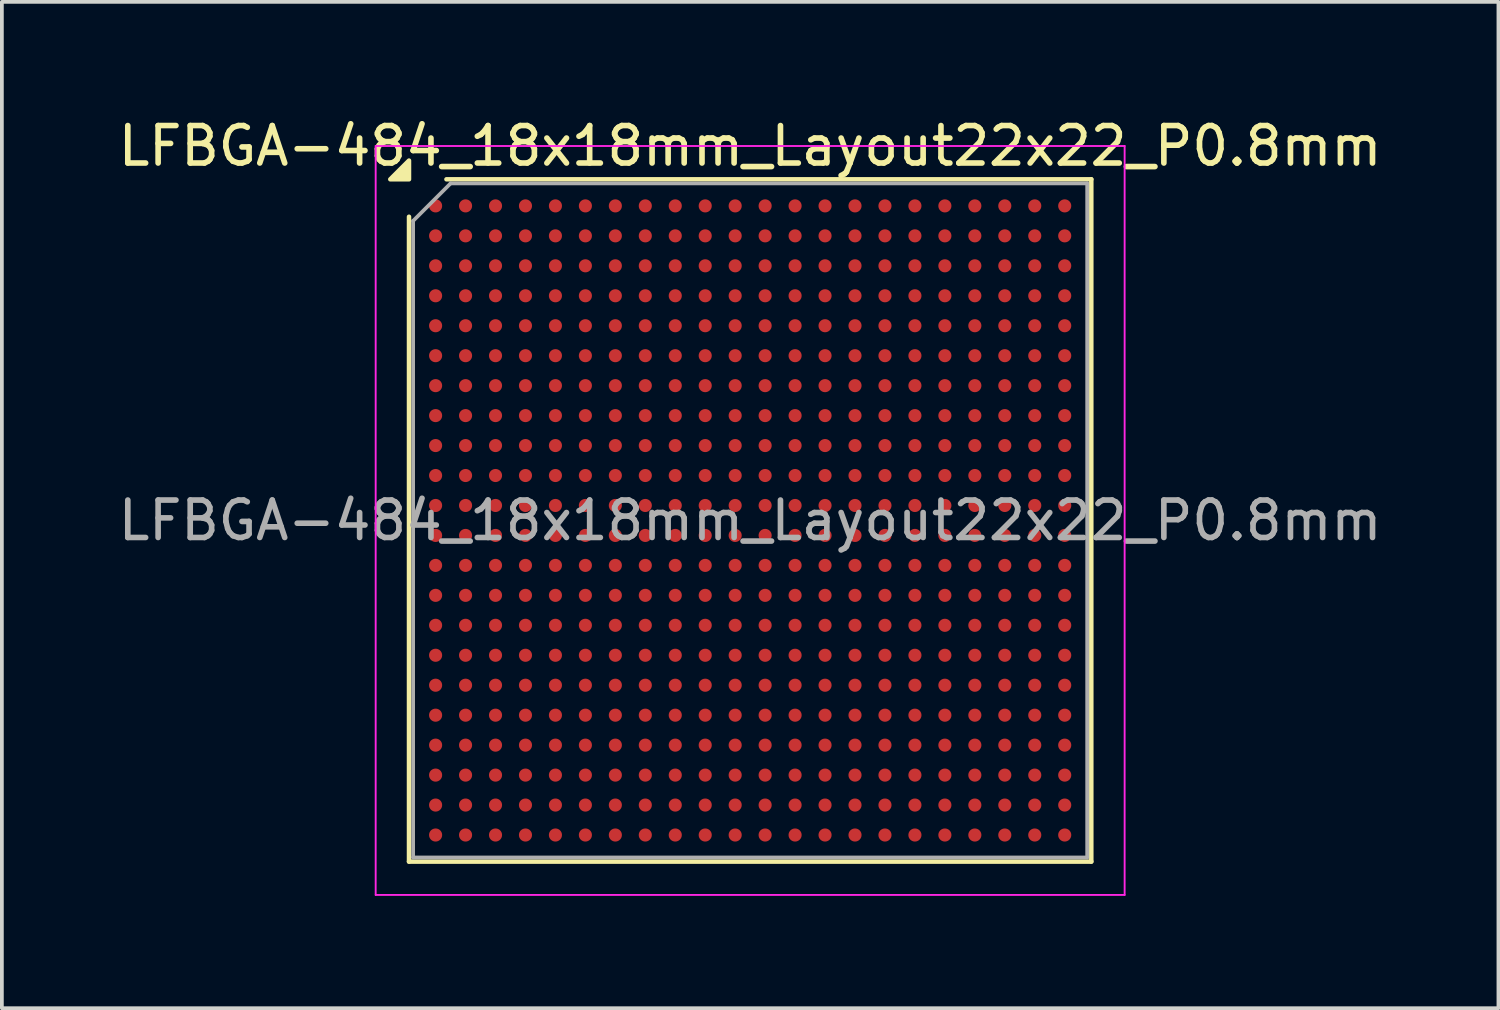
<source format=kicad_pcb>
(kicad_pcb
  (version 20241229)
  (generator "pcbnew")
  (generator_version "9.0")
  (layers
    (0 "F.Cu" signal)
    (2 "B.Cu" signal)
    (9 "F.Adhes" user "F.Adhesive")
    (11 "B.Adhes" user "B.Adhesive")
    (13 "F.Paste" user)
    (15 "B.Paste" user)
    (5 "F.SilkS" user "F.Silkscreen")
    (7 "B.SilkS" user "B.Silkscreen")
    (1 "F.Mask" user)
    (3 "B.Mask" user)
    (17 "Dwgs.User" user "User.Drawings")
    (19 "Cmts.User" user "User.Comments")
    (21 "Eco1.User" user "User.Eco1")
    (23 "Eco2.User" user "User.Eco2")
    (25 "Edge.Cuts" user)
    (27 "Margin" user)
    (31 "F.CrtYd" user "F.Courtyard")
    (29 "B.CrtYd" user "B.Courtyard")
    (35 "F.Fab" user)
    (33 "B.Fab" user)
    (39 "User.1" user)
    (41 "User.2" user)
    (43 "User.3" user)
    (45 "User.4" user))
  (footprint "LFBGA-484_18x18mm_Layout22x22_P0.8mm"
    (layer "F.Cu")
    (at 16.982 10.848)
    (property "Reference" "LFBGA-484_18x18mm_Layout22x22_P0.8mm" (at 0 -10 0) (layer "F.SilkS") (effects (font (size 1 1) (thickness 0.15))))
    (attr smd)
    (fp_line (start -9.11 9.11) (end -9.11 -8.11) (stroke (width 0.12) (type solid)) (layer "F.SilkS"))
    (fp_line (start -8.11 -9.11) (end 9.11 -9.11) (stroke (width 0.12) (type solid)) (layer "F.SilkS"))
    (fp_line (start 9.11 -9.11) (end 9.11 9.11) (stroke (width 0.12) (type solid)) (layer "F.SilkS"))
    (fp_line (start 9.11 9.11) (end -9.11 9.11) (stroke (width 0.12) (type solid)) (layer "F.SilkS"))
    (fp_poly (pts (xy -9.11 -9.11) (xy -9.61 -9.11) (xy -9.11 -9.61)) (stroke (width 0.12) (type solid)) (fill yes) (layer "F.SilkS"))
    (fp_line (start -10 -10) (end -10 10) (stroke (width 0.05) (type solid)) (layer "F.CrtYd"))
    (fp_line (start -10 10) (end 10 10) (stroke (width 0.05) (type solid)) (layer "F.CrtYd"))
    (fp_line (start 10 -10) (end -10 -10) (stroke (width 0.05) (type solid)) (layer "F.CrtYd"))
    (fp_line (start 10 10) (end 10 -10) (stroke (width 0.05) (type solid)) (layer "F.CrtYd"))
    (fp_line (start -9 -8) (end -8 -9) (stroke (width 0.1) (type solid)) (layer "F.Fab"))
    (fp_line (start -9 9) (end -9 -8) (stroke (width 0.1) (type solid)) (layer "F.Fab"))
    (fp_line (start -8 -9) (end 9 -9) (stroke (width 0.1) (type solid)) (layer "F.Fab"))
    (fp_line (start 9 -9) (end 9 9) (stroke (width 0.1) (type solid)) (layer "F.Fab"))
    (fp_line (start 9 9) (end -9 9) (stroke (width 0.1) (type solid)) (layer "F.Fab"))
    (fp_text user "${REFERENCE}" (at 0 0 0) (layer "F.Fab") (effects (font (size 1 1) (thickness 0.15))))
    (pad "A1" smd circle (at -8.4 -8.4) (size 0.35 0.35) (property pad_prop_bga) (layers "F.Cu" "F.Mask" "F.Paste"))
    (pad "A2" smd circle (at -7.6 -8.4) (size 0.35 0.35) (property pad_prop_bga) (layers "F.Cu" "F.Mask" "F.Paste"))
    (pad "A3" smd circle (at -6.8 -8.4) (size 0.35 0.35) (property pad_prop_bga) (layers "F.Cu" "F.Mask" "F.Paste"))
    (pad "A4" smd circle (at -6 -8.4) (size 0.35 0.35) (property pad_prop_bga) (layers "F.Cu" "F.Mask" "F.Paste"))
    (pad "A5" smd circle (at -5.2 -8.4) (size 0.35 0.35) (property pad_prop_bga) (layers "F.Cu" "F.Mask" "F.Paste"))
    (pad "A6" smd circle (at -4.4 -8.4) (size 0.35 0.35) (property pad_prop_bga) (layers "F.Cu" "F.Mask" "F.Paste"))
    (pad "A7" smd circle (at -3.6 -8.4) (size 0.35 0.35) (property pad_prop_bga) (layers "F.Cu" "F.Mask" "F.Paste"))
    (pad "A8" smd circle (at -2.8 -8.4) (size 0.35 0.35) (property pad_prop_bga) (layers "F.Cu" "F.Mask" "F.Paste"))
    (pad "A9" smd circle (at -2 -8.4) (size 0.35 0.35) (property pad_prop_bga) (layers "F.Cu" "F.Mask" "F.Paste"))
    (pad "A10" smd circle (at -1.2 -8.4) (size 0.35 0.35) (property pad_prop_bga) (layers "F.Cu" "F.Mask" "F.Paste"))
    (pad "A11" smd circle (at -0.4 -8.4) (size 0.35 0.35) (property pad_prop_bga) (layers "F.Cu" "F.Mask" "F.Paste"))
    (pad "A12" smd circle (at 0.4 -8.4) (size 0.35 0.35) (property pad_prop_bga) (layers "F.Cu" "F.Mask" "F.Paste"))
    (pad "A13" smd circle (at 1.2 -8.4) (size 0.35 0.35) (property pad_prop_bga) (layers "F.Cu" "F.Mask" "F.Paste"))
    (pad "A14" smd circle (at 2 -8.4) (size 0.35 0.35) (property pad_prop_bga) (layers "F.Cu" "F.Mask" "F.Paste"))
    (pad "A15" smd circle (at 2.8 -8.4) (size 0.35 0.35) (property pad_prop_bga) (layers "F.Cu" "F.Mask" "F.Paste"))
    (pad "A16" smd circle (at 3.6 -8.4) (size 0.35 0.35) (property pad_prop_bga) (layers "F.Cu" "F.Mask" "F.Paste"))
    (pad "A17" smd circle (at 4.4 -8.4) (size 0.35 0.35) (property pad_prop_bga) (layers "F.Cu" "F.Mask" "F.Paste"))
    (pad "A18" smd circle (at 5.2 -8.4) (size 0.35 0.35) (property pad_prop_bga) (layers "F.Cu" "F.Mask" "F.Paste"))
    (pad "A19" smd circle (at 6 -8.4) (size 0.35 0.35) (property pad_prop_bga) (layers "F.Cu" "F.Mask" "F.Paste"))
    (pad "A20" smd circle (at 6.8 -8.4) (size 0.35 0.35) (property pad_prop_bga) (layers "F.Cu" "F.Mask" "F.Paste"))
    (pad "A21" smd circle (at 7.6 -8.4) (size 0.35 0.35) (property pad_prop_bga) (layers "F.Cu" "F.Mask" "F.Paste"))
    (pad "A22" smd circle (at 8.4 -8.4) (size 0.35 0.35) (property pad_prop_bga) (layers "F.Cu" "F.Mask" "F.Paste"))
    (pad "AA1" smd circle (at -8.4 7.6) (size 0.35 0.35) (property pad_prop_bga) (layers "F.Cu" "F.Mask" "F.Paste"))
    (pad "AA2" smd circle (at -7.6 7.6) (size 0.35 0.35) (property pad_prop_bga) (layers "F.Cu" "F.Mask" "F.Paste"))
    (pad "AA3" smd circle (at -6.8 7.6) (size 0.35 0.35) (property pad_prop_bga) (layers "F.Cu" "F.Mask" "F.Paste"))
    (pad "AA4" smd circle (at -6 7.6) (size 0.35 0.35) (property pad_prop_bga) (layers "F.Cu" "F.Mask" "F.Paste"))
    (pad "AA5" smd circle (at -5.2 7.6) (size 0.35 0.35) (property pad_prop_bga) (layers "F.Cu" "F.Mask" "F.Paste"))
    (pad "AA6" smd circle (at -4.4 7.6) (size 0.35 0.35) (property pad_prop_bga) (layers "F.Cu" "F.Mask" "F.Paste"))
    (pad "AA7" smd circle (at -3.6 7.6) (size 0.35 0.35) (property pad_prop_bga) (layers "F.Cu" "F.Mask" "F.Paste"))
    (pad "AA8" smd circle (at -2.8 7.6) (size 0.35 0.35) (property pad_prop_bga) (layers "F.Cu" "F.Mask" "F.Paste"))
    (pad "AA9" smd circle (at -2 7.6) (size 0.35 0.35) (property pad_prop_bga) (layers "F.Cu" "F.Mask" "F.Paste"))
    (pad "AA10" smd circle (at -1.2 7.6) (size 0.35 0.35) (property pad_prop_bga) (layers "F.Cu" "F.Mask" "F.Paste"))
    (pad "AA11" smd circle (at -0.4 7.6) (size 0.35 0.35) (property pad_prop_bga) (layers "F.Cu" "F.Mask" "F.Paste"))
    (pad "AA12" smd circle (at 0.4 7.6) (size 0.35 0.35) (property pad_prop_bga) (layers "F.Cu" "F.Mask" "F.Paste"))
    (pad "AA13" smd circle (at 1.2 7.6) (size 0.35 0.35) (property pad_prop_bga) (layers "F.Cu" "F.Mask" "F.Paste"))
    (pad "AA14" smd circle (at 2 7.6) (size 0.35 0.35) (property pad_prop_bga) (layers "F.Cu" "F.Mask" "F.Paste"))
    (pad "AA15" smd circle (at 2.8 7.6) (size 0.35 0.35) (property pad_prop_bga) (layers "F.Cu" "F.Mask" "F.Paste"))
    (pad "AA16" smd circle (at 3.6 7.6) (size 0.35 0.35) (property pad_prop_bga) (layers "F.Cu" "F.Mask" "F.Paste"))
    (pad "AA17" smd circle (at 4.4 7.6) (size 0.35 0.35) (property pad_prop_bga) (layers "F.Cu" "F.Mask" "F.Paste"))
    (pad "AA18" smd circle (at 5.2 7.6) (size 0.35 0.35) (property pad_prop_bga) (layers "F.Cu" "F.Mask" "F.Paste"))
    (pad "AA19" smd circle (at 6 7.6) (size 0.35 0.35) (property pad_prop_bga) (layers "F.Cu" "F.Mask" "F.Paste"))
    (pad "AA20" smd circle (at 6.8 7.6) (size 0.35 0.35) (property pad_prop_bga) (layers "F.Cu" "F.Mask" "F.Paste"))
    (pad "AA21" smd circle (at 7.6 7.6) (size 0.35 0.35) (property pad_prop_bga) (layers "F.Cu" "F.Mask" "F.Paste"))
    (pad "AA22" smd circle (at 8.4 7.6) (size 0.35 0.35) (property pad_prop_bga) (layers "F.Cu" "F.Mask" "F.Paste"))
    (pad "AB1" smd circle (at -8.4 8.4) (size 0.35 0.35) (property pad_prop_bga) (layers "F.Cu" "F.Mask" "F.Paste"))
    (pad "AB2" smd circle (at -7.6 8.4) (size 0.35 0.35) (property pad_prop_bga) (layers "F.Cu" "F.Mask" "F.Paste"))
    (pad "AB3" smd circle (at -6.8 8.4) (size 0.35 0.35) (property pad_prop_bga) (layers "F.Cu" "F.Mask" "F.Paste"))
    (pad "AB4" smd circle (at -6 8.4) (size 0.35 0.35) (property pad_prop_bga) (layers "F.Cu" "F.Mask" "F.Paste"))
    (pad "AB5" smd circle (at -5.2 8.4) (size 0.35 0.35) (property pad_prop_bga) (layers "F.Cu" "F.Mask" "F.Paste"))
    (pad "AB6" smd circle (at -4.4 8.4) (size 0.35 0.35) (property pad_prop_bga) (layers "F.Cu" "F.Mask" "F.Paste"))
    (pad "AB7" smd circle (at -3.6 8.4) (size 0.35 0.35) (property pad_prop_bga) (layers "F.Cu" "F.Mask" "F.Paste"))
    (pad "AB8" smd circle (at -2.8 8.4) (size 0.35 0.35) (property pad_prop_bga) (layers "F.Cu" "F.Mask" "F.Paste"))
    (pad "AB9" smd circle (at -2 8.4) (size 0.35 0.35) (property pad_prop_bga) (layers "F.Cu" "F.Mask" "F.Paste"))
    (pad "AB10" smd circle (at -1.2 8.4) (size 0.35 0.35) (property pad_prop_bga) (layers "F.Cu" "F.Mask" "F.Paste"))
    (pad "AB11" smd circle (at -0.4 8.4) (size 0.35 0.35) (property pad_prop_bga) (layers "F.Cu" "F.Mask" "F.Paste"))
    (pad "AB12" smd circle (at 0.4 8.4) (size 0.35 0.35) (property pad_prop_bga) (layers "F.Cu" "F.Mask" "F.Paste"))
    (pad "AB13" smd circle (at 1.2 8.4) (size 0.35 0.35) (property pad_prop_bga) (layers "F.Cu" "F.Mask" "F.Paste"))
    (pad "AB14" smd circle (at 2 8.4) (size 0.35 0.35) (property pad_prop_bga) (layers "F.Cu" "F.Mask" "F.Paste"))
    (pad "AB15" smd circle (at 2.8 8.4) (size 0.35 0.35) (property pad_prop_bga) (layers "F.Cu" "F.Mask" "F.Paste"))
    (pad "AB16" smd circle (at 3.6 8.4) (size 0.35 0.35) (property pad_prop_bga) (layers "F.Cu" "F.Mask" "F.Paste"))
    (pad "AB17" smd circle (at 4.4 8.4) (size 0.35 0.35) (property pad_prop_bga) (layers "F.Cu" "F.Mask" "F.Paste"))
    (pad "AB18" smd circle (at 5.2 8.4) (size 0.35 0.35) (property pad_prop_bga) (layers "F.Cu" "F.Mask" "F.Paste"))
    (pad "AB19" smd circle (at 6 8.4) (size 0.35 0.35) (property pad_prop_bga) (layers "F.Cu" "F.Mask" "F.Paste"))
    (pad "AB20" smd circle (at 6.8 8.4) (size 0.35 0.35) (property pad_prop_bga) (layers "F.Cu" "F.Mask" "F.Paste"))
    (pad "AB21" smd circle (at 7.6 8.4) (size 0.35 0.35) (property pad_prop_bga) (layers "F.Cu" "F.Mask" "F.Paste"))
    (pad "AB22" smd circle (at 8.4 8.4) (size 0.35 0.35) (property pad_prop_bga) (layers "F.Cu" "F.Mask" "F.Paste"))
    (pad "B1" smd circle (at -8.4 -7.6) (size 0.35 0.35) (property pad_prop_bga) (layers "F.Cu" "F.Mask" "F.Paste"))
    (pad "B2" smd circle (at -7.6 -7.6) (size 0.35 0.35) (property pad_prop_bga) (layers "F.Cu" "F.Mask" "F.Paste"))
    (pad "B3" smd circle (at -6.8 -7.6) (size 0.35 0.35) (property pad_prop_bga) (layers "F.Cu" "F.Mask" "F.Paste"))
    (pad "B4" smd circle (at -6 -7.6) (size 0.35 0.35) (property pad_prop_bga) (layers "F.Cu" "F.Mask" "F.Paste"))
    (pad "B5" smd circle (at -5.2 -7.6) (size 0.35 0.35) (property pad_prop_bga) (layers "F.Cu" "F.Mask" "F.Paste"))
    (pad "B6" smd circle (at -4.4 -7.6) (size 0.35 0.35) (property pad_prop_bga) (layers "F.Cu" "F.Mask" "F.Paste"))
    (pad "B7" smd circle (at -3.6 -7.6) (size 0.35 0.35) (property pad_prop_bga) (layers "F.Cu" "F.Mask" "F.Paste"))
    (pad "B8" smd circle (at -2.8 -7.6) (size 0.35 0.35) (property pad_prop_bga) (layers "F.Cu" "F.Mask" "F.Paste"))
    (pad "B9" smd circle (at -2 -7.6) (size 0.35 0.35) (property pad_prop_bga) (layers "F.Cu" "F.Mask" "F.Paste"))
    (pad "B10" smd circle (at -1.2 -7.6) (size 0.35 0.35) (property pad_prop_bga) (layers "F.Cu" "F.Mask" "F.Paste"))
    (pad "B11" smd circle (at -0.4 -7.6) (size 0.35 0.35) (property pad_prop_bga) (layers "F.Cu" "F.Mask" "F.Paste"))
    (pad "B12" smd circle (at 0.4 -7.6) (size 0.35 0.35) (property pad_prop_bga) (layers "F.Cu" "F.Mask" "F.Paste"))
    (pad "B13" smd circle (at 1.2 -7.6) (size 0.35 0.35) (property pad_prop_bga) (layers "F.Cu" "F.Mask" "F.Paste"))
    (pad "B14" smd circle (at 2 -7.6) (size 0.35 0.35) (property pad_prop_bga) (layers "F.Cu" "F.Mask" "F.Paste"))
    (pad "B15" smd circle (at 2.8 -7.6) (size 0.35 0.35) (property pad_prop_bga) (layers "F.Cu" "F.Mask" "F.Paste"))
    (pad "B16" smd circle (at 3.6 -7.6) (size 0.35 0.35) (property pad_prop_bga) (layers "F.Cu" "F.Mask" "F.Paste"))
    (pad "B17" smd circle (at 4.4 -7.6) (size 0.35 0.35) (property pad_prop_bga) (layers "F.Cu" "F.Mask" "F.Paste"))
    (pad "B18" smd circle (at 5.2 -7.6) (size 0.35 0.35) (property pad_prop_bga) (layers "F.Cu" "F.Mask" "F.Paste"))
    (pad "B19" smd circle (at 6 -7.6) (size 0.35 0.35) (property pad_prop_bga) (layers "F.Cu" "F.Mask" "F.Paste"))
    (pad "B20" smd circle (at 6.8 -7.6) (size 0.35 0.35) (property pad_prop_bga) (layers "F.Cu" "F.Mask" "F.Paste"))
    (pad "B21" smd circle (at 7.6 -7.6) (size 0.35 0.35) (property pad_prop_bga) (layers "F.Cu" "F.Mask" "F.Paste"))
    (pad "B22" smd circle (at 8.4 -7.6) (size 0.35 0.35) (property pad_prop_bga) (layers "F.Cu" "F.Mask" "F.Paste"))
    (pad "C1" smd circle (at -8.4 -6.8) (size 0.35 0.35) (property pad_prop_bga) (layers "F.Cu" "F.Mask" "F.Paste"))
    (pad "C2" smd circle (at -7.6 -6.8) (size 0.35 0.35) (property pad_prop_bga) (layers "F.Cu" "F.Mask" "F.Paste"))
    (pad "C3" smd circle (at -6.8 -6.8) (size 0.35 0.35) (property pad_prop_bga) (layers "F.Cu" "F.Mask" "F.Paste"))
    (pad "C4" smd circle (at -6 -6.8) (size 0.35 0.35) (property pad_prop_bga) (layers "F.Cu" "F.Mask" "F.Paste"))
    (pad "C5" smd circle (at -5.2 -6.8) (size 0.35 0.35) (property pad_prop_bga) (layers "F.Cu" "F.Mask" "F.Paste"))
    (pad "C6" smd circle (at -4.4 -6.8) (size 0.35 0.35) (property pad_prop_bga) (layers "F.Cu" "F.Mask" "F.Paste"))
    (pad "C7" smd circle (at -3.6 -6.8) (size 0.35 0.35) (property pad_prop_bga) (layers "F.Cu" "F.Mask" "F.Paste"))
    (pad "C8" smd circle (at -2.8 -6.8) (size 0.35 0.35) (property pad_prop_bga) (layers "F.Cu" "F.Mask" "F.Paste"))
    (pad "C9" smd circle (at -2 -6.8) (size 0.35 0.35) (property pad_prop_bga) (layers "F.Cu" "F.Mask" "F.Paste"))
    (pad "C10" smd circle (at -1.2 -6.8) (size 0.35 0.35) (property pad_prop_bga) (layers "F.Cu" "F.Mask" "F.Paste"))
    (pad "C11" smd circle (at -0.4 -6.8) (size 0.35 0.35) (property pad_prop_bga) (layers "F.Cu" "F.Mask" "F.Paste"))
    (pad "C12" smd circle (at 0.4 -6.8) (size 0.35 0.35) (property pad_prop_bga) (layers "F.Cu" "F.Mask" "F.Paste"))
    (pad "C13" smd circle (at 1.2 -6.8) (size 0.35 0.35) (property pad_prop_bga) (layers "F.Cu" "F.Mask" "F.Paste"))
    (pad "C14" smd circle (at 2 -6.8) (size 0.35 0.35) (property pad_prop_bga) (layers "F.Cu" "F.Mask" "F.Paste"))
    (pad "C15" smd circle (at 2.8 -6.8) (size 0.35 0.35) (property pad_prop_bga) (layers "F.Cu" "F.Mask" "F.Paste"))
    (pad "C16" smd circle (at 3.6 -6.8) (size 0.35 0.35) (property pad_prop_bga) (layers "F.Cu" "F.Mask" "F.Paste"))
    (pad "C17" smd circle (at 4.4 -6.8) (size 0.35 0.35) (property pad_prop_bga) (layers "F.Cu" "F.Mask" "F.Paste"))
    (pad "C18" smd circle (at 5.2 -6.8) (size 0.35 0.35) (property pad_prop_bga) (layers "F.Cu" "F.Mask" "F.Paste"))
    (pad "C19" smd circle (at 6 -6.8) (size 0.35 0.35) (property pad_prop_bga) (layers "F.Cu" "F.Mask" "F.Paste"))
    (pad "C20" smd circle (at 6.8 -6.8) (size 0.35 0.35) (property pad_prop_bga) (layers "F.Cu" "F.Mask" "F.Paste"))
    (pad "C21" smd circle (at 7.6 -6.8) (size 0.35 0.35) (property pad_prop_bga) (layers "F.Cu" "F.Mask" "F.Paste"))
    (pad "C22" smd circle (at 8.4 -6.8) (size 0.35 0.35) (property pad_prop_bga) (layers "F.Cu" "F.Mask" "F.Paste"))
    (pad "D1" smd circle (at -8.4 -6) (size 0.35 0.35) (property pad_prop_bga) (layers "F.Cu" "F.Mask" "F.Paste"))
    (pad "D2" smd circle (at -7.6 -6) (size 0.35 0.35) (property pad_prop_bga) (layers "F.Cu" "F.Mask" "F.Paste"))
    (pad "D3" smd circle (at -6.8 -6) (size 0.35 0.35) (property pad_prop_bga) (layers "F.Cu" "F.Mask" "F.Paste"))
    (pad "D4" smd circle (at -6 -6) (size 0.35 0.35) (property pad_prop_bga) (layers "F.Cu" "F.Mask" "F.Paste"))
    (pad "D5" smd circle (at -5.2 -6) (size 0.35 0.35) (property pad_prop_bga) (layers "F.Cu" "F.Mask" "F.Paste"))
    (pad "D6" smd circle (at -4.4 -6) (size 0.35 0.35) (property pad_prop_bga) (layers "F.Cu" "F.Mask" "F.Paste"))
    (pad "D7" smd circle (at -3.6 -6) (size 0.35 0.35) (property pad_prop_bga) (layers "F.Cu" "F.Mask" "F.Paste"))
    (pad "D8" smd circle (at -2.8 -6) (size 0.35 0.35) (property pad_prop_bga) (layers "F.Cu" "F.Mask" "F.Paste"))
    (pad "D9" smd circle (at -2 -6) (size 0.35 0.35) (property pad_prop_bga) (layers "F.Cu" "F.Mask" "F.Paste"))
    (pad "D10" smd circle (at -1.2 -6) (size 0.35 0.35) (property pad_prop_bga) (layers "F.Cu" "F.Mask" "F.Paste"))
    (pad "D11" smd circle (at -0.4 -6) (size 0.35 0.35) (property pad_prop_bga) (layers "F.Cu" "F.Mask" "F.Paste"))
    (pad "D12" smd circle (at 0.4 -6) (size 0.35 0.35) (property pad_prop_bga) (layers "F.Cu" "F.Mask" "F.Paste"))
    (pad "D13" smd circle (at 1.2 -6) (size 0.35 0.35) (property pad_prop_bga) (layers "F.Cu" "F.Mask" "F.Paste"))
    (pad "D14" smd circle (at 2 -6) (size 0.35 0.35) (property pad_prop_bga) (layers "F.Cu" "F.Mask" "F.Paste"))
    (pad "D15" smd circle (at 2.8 -6) (size 0.35 0.35) (property pad_prop_bga) (layers "F.Cu" "F.Mask" "F.Paste"))
    (pad "D16" smd circle (at 3.6 -6) (size 0.35 0.35) (property pad_prop_bga) (layers "F.Cu" "F.Mask" "F.Paste"))
    (pad "D17" smd circle (at 4.4 -6) (size 0.35 0.35) (property pad_prop_bga) (layers "F.Cu" "F.Mask" "F.Paste"))
    (pad "D18" smd circle (at 5.2 -6) (size 0.35 0.35) (property pad_prop_bga) (layers "F.Cu" "F.Mask" "F.Paste"))
    (pad "D19" smd circle (at 6 -6) (size 0.35 0.35) (property pad_prop_bga) (layers "F.Cu" "F.Mask" "F.Paste"))
    (pad "D20" smd circle (at 6.8 -6) (size 0.35 0.35) (property pad_prop_bga) (layers "F.Cu" "F.Mask" "F.Paste"))
    (pad "D21" smd circle (at 7.6 -6) (size 0.35 0.35) (property pad_prop_bga) (layers "F.Cu" "F.Mask" "F.Paste"))
    (pad "D22" smd circle (at 8.4 -6) (size 0.35 0.35) (property pad_prop_bga) (layers "F.Cu" "F.Mask" "F.Paste"))
    (pad "E1" smd circle (at -8.4 -5.2) (size 0.35 0.35) (property pad_prop_bga) (layers "F.Cu" "F.Mask" "F.Paste"))
    (pad "E2" smd circle (at -7.6 -5.2) (size 0.35 0.35) (property pad_prop_bga) (layers "F.Cu" "F.Mask" "F.Paste"))
    (pad "E3" smd circle (at -6.8 -5.2) (size 0.35 0.35) (property pad_prop_bga) (layers "F.Cu" "F.Mask" "F.Paste"))
    (pad "E4" smd circle (at -6 -5.2) (size 0.35 0.35) (property pad_prop_bga) (layers "F.Cu" "F.Mask" "F.Paste"))
    (pad "E5" smd circle (at -5.2 -5.2) (size 0.35 0.35) (property pad_prop_bga) (layers "F.Cu" "F.Mask" "F.Paste"))
    (pad "E6" smd circle (at -4.4 -5.2) (size 0.35 0.35) (property pad_prop_bga) (layers "F.Cu" "F.Mask" "F.Paste"))
    (pad "E7" smd circle (at -3.6 -5.2) (size 0.35 0.35) (property pad_prop_bga) (layers "F.Cu" "F.Mask" "F.Paste"))
    (pad "E8" smd circle (at -2.8 -5.2) (size 0.35 0.35) (property pad_prop_bga) (layers "F.Cu" "F.Mask" "F.Paste"))
    (pad "E9" smd circle (at -2 -5.2) (size 0.35 0.35) (property pad_prop_bga) (layers "F.Cu" "F.Mask" "F.Paste"))
    (pad "E10" smd circle (at -1.2 -5.2) (size 0.35 0.35) (property pad_prop_bga) (layers "F.Cu" "F.Mask" "F.Paste"))
    (pad "E11" smd circle (at -0.4 -5.2) (size 0.35 0.35) (property pad_prop_bga) (layers "F.Cu" "F.Mask" "F.Paste"))
    (pad "E12" smd circle (at 0.4 -5.2) (size 0.35 0.35) (property pad_prop_bga) (layers "F.Cu" "F.Mask" "F.Paste"))
    (pad "E13" smd circle (at 1.2 -5.2) (size 0.35 0.35) (property pad_prop_bga) (layers "F.Cu" "F.Mask" "F.Paste"))
    (pad "E14" smd circle (at 2 -5.2) (size 0.35 0.35) (property pad_prop_bga) (layers "F.Cu" "F.Mask" "F.Paste"))
    (pad "E15" smd circle (at 2.8 -5.2) (size 0.35 0.35) (property pad_prop_bga) (layers "F.Cu" "F.Mask" "F.Paste"))
    (pad "E16" smd circle (at 3.6 -5.2) (size 0.35 0.35) (property pad_prop_bga) (layers "F.Cu" "F.Mask" "F.Paste"))
    (pad "E17" smd circle (at 4.4 -5.2) (size 0.35 0.35) (property pad_prop_bga) (layers "F.Cu" "F.Mask" "F.Paste"))
    (pad "E18" smd circle (at 5.2 -5.2) (size 0.35 0.35) (property pad_prop_bga) (layers "F.Cu" "F.Mask" "F.Paste"))
    (pad "E19" smd circle (at 6 -5.2) (size 0.35 0.35) (property pad_prop_bga) (layers "F.Cu" "F.Mask" "F.Paste"))
    (pad "E20" smd circle (at 6.8 -5.2) (size 0.35 0.35) (property pad_prop_bga) (layers "F.Cu" "F.Mask" "F.Paste"))
    (pad "E21" smd circle (at 7.6 -5.2) (size 0.35 0.35) (property pad_prop_bga) (layers "F.Cu" "F.Mask" "F.Paste"))
    (pad "E22" smd circle (at 8.4 -5.2) (size 0.35 0.35) (property pad_prop_bga) (layers "F.Cu" "F.Mask" "F.Paste"))
    (pad "F1" smd circle (at -8.4 -4.4) (size 0.35 0.35) (property pad_prop_bga) (layers "F.Cu" "F.Mask" "F.Paste"))
    (pad "F2" smd circle (at -7.6 -4.4) (size 0.35 0.35) (property pad_prop_bga) (layers "F.Cu" "F.Mask" "F.Paste"))
    (pad "F3" smd circle (at -6.8 -4.4) (size 0.35 0.35) (property pad_prop_bga) (layers "F.Cu" "F.Mask" "F.Paste"))
    (pad "F4" smd circle (at -6 -4.4) (size 0.35 0.35) (property pad_prop_bga) (layers "F.Cu" "F.Mask" "F.Paste"))
    (pad "F5" smd circle (at -5.2 -4.4) (size 0.35 0.35) (property pad_prop_bga) (layers "F.Cu" "F.Mask" "F.Paste"))
    (pad "F6" smd circle (at -4.4 -4.4) (size 0.35 0.35) (property pad_prop_bga) (layers "F.Cu" "F.Mask" "F.Paste"))
    (pad "F7" smd circle (at -3.6 -4.4) (size 0.35 0.35) (property pad_prop_bga) (layers "F.Cu" "F.Mask" "F.Paste"))
    (pad "F8" smd circle (at -2.8 -4.4) (size 0.35 0.35) (property pad_prop_bga) (layers "F.Cu" "F.Mask" "F.Paste"))
    (pad "F9" smd circle (at -2 -4.4) (size 0.35 0.35) (property pad_prop_bga) (layers "F.Cu" "F.Mask" "F.Paste"))
    (pad "F10" smd circle (at -1.2 -4.4) (size 0.35 0.35) (property pad_prop_bga) (layers "F.Cu" "F.Mask" "F.Paste"))
    (pad "F11" smd circle (at -0.4 -4.4) (size 0.35 0.35) (property pad_prop_bga) (layers "F.Cu" "F.Mask" "F.Paste"))
    (pad "F12" smd circle (at 0.4 -4.4) (size 0.35 0.35) (property pad_prop_bga) (layers "F.Cu" "F.Mask" "F.Paste"))
    (pad "F13" smd circle (at 1.2 -4.4) (size 0.35 0.35) (property pad_prop_bga) (layers "F.Cu" "F.Mask" "F.Paste"))
    (pad "F14" smd circle (at 2 -4.4) (size 0.35 0.35) (property pad_prop_bga) (layers "F.Cu" "F.Mask" "F.Paste"))
    (pad "F15" smd circle (at 2.8 -4.4) (size 0.35 0.35) (property pad_prop_bga) (layers "F.Cu" "F.Mask" "F.Paste"))
    (pad "F16" smd circle (at 3.6 -4.4) (size 0.35 0.35) (property pad_prop_bga) (layers "F.Cu" "F.Mask" "F.Paste"))
    (pad "F17" smd circle (at 4.4 -4.4) (size 0.35 0.35) (property pad_prop_bga) (layers "F.Cu" "F.Mask" "F.Paste"))
    (pad "F18" smd circle (at 5.2 -4.4) (size 0.35 0.35) (property pad_prop_bga) (layers "F.Cu" "F.Mask" "F.Paste"))
    (pad "F19" smd circle (at 6 -4.4) (size 0.35 0.35) (property pad_prop_bga) (layers "F.Cu" "F.Mask" "F.Paste"))
    (pad "F20" smd circle (at 6.8 -4.4) (size 0.35 0.35) (property pad_prop_bga) (layers "F.Cu" "F.Mask" "F.Paste"))
    (pad "F21" smd circle (at 7.6 -4.4) (size 0.35 0.35) (property pad_prop_bga) (layers "F.Cu" "F.Mask" "F.Paste"))
    (pad "F22" smd circle (at 8.4 -4.4) (size 0.35 0.35) (property pad_prop_bga) (layers "F.Cu" "F.Mask" "F.Paste"))
    (pad "G1" smd circle (at -8.4 -3.6) (size 0.35 0.35) (property pad_prop_bga) (layers "F.Cu" "F.Mask" "F.Paste"))
    (pad "G2" smd circle (at -7.6 -3.6) (size 0.35 0.35) (property pad_prop_bga) (layers "F.Cu" "F.Mask" "F.Paste"))
    (pad "G3" smd circle (at -6.8 -3.6) (size 0.35 0.35) (property pad_prop_bga) (layers "F.Cu" "F.Mask" "F.Paste"))
    (pad "G4" smd circle (at -6 -3.6) (size 0.35 0.35) (property pad_prop_bga) (layers "F.Cu" "F.Mask" "F.Paste"))
    (pad "G5" smd circle (at -5.2 -3.6) (size 0.35 0.35) (property pad_prop_bga) (layers "F.Cu" "F.Mask" "F.Paste"))
    (pad "G6" smd circle (at -4.4 -3.6) (size 0.35 0.35) (property pad_prop_bga) (layers "F.Cu" "F.Mask" "F.Paste"))
    (pad "G7" smd circle (at -3.6 -3.6) (size 0.35 0.35) (property pad_prop_bga) (layers "F.Cu" "F.Mask" "F.Paste"))
    (pad "G8" smd circle (at -2.8 -3.6) (size 0.35 0.35) (property pad_prop_bga) (layers "F.Cu" "F.Mask" "F.Paste"))
    (pad "G9" smd circle (at -2 -3.6) (size 0.35 0.35) (property pad_prop_bga) (layers "F.Cu" "F.Mask" "F.Paste"))
    (pad "G10" smd circle (at -1.2 -3.6) (size 0.35 0.35) (property pad_prop_bga) (layers "F.Cu" "F.Mask" "F.Paste"))
    (pad "G11" smd circle (at -0.4 -3.6) (size 0.35 0.35) (property pad_prop_bga) (layers "F.Cu" "F.Mask" "F.Paste"))
    (pad "G12" smd circle (at 0.4 -3.6) (size 0.35 0.35) (property pad_prop_bga) (layers "F.Cu" "F.Mask" "F.Paste"))
    (pad "G13" smd circle (at 1.2 -3.6) (size 0.35 0.35) (property pad_prop_bga) (layers "F.Cu" "F.Mask" "F.Paste"))
    (pad "G14" smd circle (at 2 -3.6) (size 0.35 0.35) (property pad_prop_bga) (layers "F.Cu" "F.Mask" "F.Paste"))
    (pad "G15" smd circle (at 2.8 -3.6) (size 0.35 0.35) (property pad_prop_bga) (layers "F.Cu" "F.Mask" "F.Paste"))
    (pad "G16" smd circle (at 3.6 -3.6) (size 0.35 0.35) (property pad_prop_bga) (layers "F.Cu" "F.Mask" "F.Paste"))
    (pad "G17" smd circle (at 4.4 -3.6) (size 0.35 0.35) (property pad_prop_bga) (layers "F.Cu" "F.Mask" "F.Paste"))
    (pad "G18" smd circle (at 5.2 -3.6) (size 0.35 0.35) (property pad_prop_bga) (layers "F.Cu" "F.Mask" "F.Paste"))
    (pad "G19" smd circle (at 6 -3.6) (size 0.35 0.35) (property pad_prop_bga) (layers "F.Cu" "F.Mask" "F.Paste"))
    (pad "G20" smd circle (at 6.8 -3.6) (size 0.35 0.35) (property pad_prop_bga) (layers "F.Cu" "F.Mask" "F.Paste"))
    (pad "G21" smd circle (at 7.6 -3.6) (size 0.35 0.35) (property pad_prop_bga) (layers "F.Cu" "F.Mask" "F.Paste"))
    (pad "G22" smd circle (at 8.4 -3.6) (size 0.35 0.35) (property pad_prop_bga) (layers "F.Cu" "F.Mask" "F.Paste"))
    (pad "H1" smd circle (at -8.4 -2.8) (size 0.35 0.35) (property pad_prop_bga) (layers "F.Cu" "F.Mask" "F.Paste"))
    (pad "H2" smd circle (at -7.6 -2.8) (size 0.35 0.35) (property pad_prop_bga) (layers "F.Cu" "F.Mask" "F.Paste"))
    (pad "H3" smd circle (at -6.8 -2.8) (size 0.35 0.35) (property pad_prop_bga) (layers "F.Cu" "F.Mask" "F.Paste"))
    (pad "H4" smd circle (at -6 -2.8) (size 0.35 0.35) (property pad_prop_bga) (layers "F.Cu" "F.Mask" "F.Paste"))
    (pad "H5" smd circle (at -5.2 -2.8) (size 0.35 0.35) (property pad_prop_bga) (layers "F.Cu" "F.Mask" "F.Paste"))
    (pad "H6" smd circle (at -4.4 -2.8) (size 0.35 0.35) (property pad_prop_bga) (layers "F.Cu" "F.Mask" "F.Paste"))
    (pad "H7" smd circle (at -3.6 -2.8) (size 0.35 0.35) (property pad_prop_bga) (layers "F.Cu" "F.Mask" "F.Paste"))
    (pad "H8" smd circle (at -2.8 -2.8) (size 0.35 0.35) (property pad_prop_bga) (layers "F.Cu" "F.Mask" "F.Paste"))
    (pad "H9" smd circle (at -2 -2.8) (size 0.35 0.35) (property pad_prop_bga) (layers "F.Cu" "F.Mask" "F.Paste"))
    (pad "H10" smd circle (at -1.2 -2.8) (size 0.35 0.35) (property pad_prop_bga) (layers "F.Cu" "F.Mask" "F.Paste"))
    (pad "H11" smd circle (at -0.4 -2.8) (size 0.35 0.35) (property pad_prop_bga) (layers "F.Cu" "F.Mask" "F.Paste"))
    (pad "H12" smd circle (at 0.4 -2.8) (size 0.35 0.35) (property pad_prop_bga) (layers "F.Cu" "F.Mask" "F.Paste"))
    (pad "H13" smd circle (at 1.2 -2.8) (size 0.35 0.35) (property pad_prop_bga) (layers "F.Cu" "F.Mask" "F.Paste"))
    (pad "H14" smd circle (at 2 -2.8) (size 0.35 0.35) (property pad_prop_bga) (layers "F.Cu" "F.Mask" "F.Paste"))
    (pad "H15" smd circle (at 2.8 -2.8) (size 0.35 0.35) (property pad_prop_bga) (layers "F.Cu" "F.Mask" "F.Paste"))
    (pad "H16" smd circle (at 3.6 -2.8) (size 0.35 0.35) (property pad_prop_bga) (layers "F.Cu" "F.Mask" "F.Paste"))
    (pad "H17" smd circle (at 4.4 -2.8) (size 0.35 0.35) (property pad_prop_bga) (layers "F.Cu" "F.Mask" "F.Paste"))
    (pad "H18" smd circle (at 5.2 -2.8) (size 0.35 0.35) (property pad_prop_bga) (layers "F.Cu" "F.Mask" "F.Paste"))
    (pad "H19" smd circle (at 6 -2.8) (size 0.35 0.35) (property pad_prop_bga) (layers "F.Cu" "F.Mask" "F.Paste"))
    (pad "H20" smd circle (at 6.8 -2.8) (size 0.35 0.35) (property pad_prop_bga) (layers "F.Cu" "F.Mask" "F.Paste"))
    (pad "H21" smd circle (at 7.6 -2.8) (size 0.35 0.35) (property pad_prop_bga) (layers "F.Cu" "F.Mask" "F.Paste"))
    (pad "H22" smd circle (at 8.4 -2.8) (size 0.35 0.35) (property pad_prop_bga) (layers "F.Cu" "F.Mask" "F.Paste"))
    (pad "J1" smd circle (at -8.4 -2) (size 0.35 0.35) (property pad_prop_bga) (layers "F.Cu" "F.Mask" "F.Paste"))
    (pad "J2" smd circle (at -7.6 -2) (size 0.35 0.35) (property pad_prop_bga) (layers "F.Cu" "F.Mask" "F.Paste"))
    (pad "J3" smd circle (at -6.8 -2) (size 0.35 0.35) (property pad_prop_bga) (layers "F.Cu" "F.Mask" "F.Paste"))
    (pad "J4" smd circle (at -6 -2) (size 0.35 0.35) (property pad_prop_bga) (layers "F.Cu" "F.Mask" "F.Paste"))
    (pad "J5" smd circle (at -5.2 -2) (size 0.35 0.35) (property pad_prop_bga) (layers "F.Cu" "F.Mask" "F.Paste"))
    (pad "J6" smd circle (at -4.4 -2) (size 0.35 0.35) (property pad_prop_bga) (layers "F.Cu" "F.Mask" "F.Paste"))
    (pad "J7" smd circle (at -3.6 -2) (size 0.35 0.35) (property pad_prop_bga) (layers "F.Cu" "F.Mask" "F.Paste"))
    (pad "J8" smd circle (at -2.8 -2) (size 0.35 0.35) (property pad_prop_bga) (layers "F.Cu" "F.Mask" "F.Paste"))
    (pad "J9" smd circle (at -2 -2) (size 0.35 0.35) (property pad_prop_bga) (layers "F.Cu" "F.Mask" "F.Paste"))
    (pad "J10" smd circle (at -1.2 -2) (size 0.35 0.35) (property pad_prop_bga) (layers "F.Cu" "F.Mask" "F.Paste"))
    (pad "J11" smd circle (at -0.4 -2) (size 0.35 0.35) (property pad_prop_bga) (layers "F.Cu" "F.Mask" "F.Paste"))
    (pad "J12" smd circle (at 0.4 -2) (size 0.35 0.35) (property pad_prop_bga) (layers "F.Cu" "F.Mask" "F.Paste"))
    (pad "J13" smd circle (at 1.2 -2) (size 0.35 0.35) (property pad_prop_bga) (layers "F.Cu" "F.Mask" "F.Paste"))
    (pad "J14" smd circle (at 2 -2) (size 0.35 0.35) (property pad_prop_bga) (layers "F.Cu" "F.Mask" "F.Paste"))
    (pad "J15" smd circle (at 2.8 -2) (size 0.35 0.35) (property pad_prop_bga) (layers "F.Cu" "F.Mask" "F.Paste"))
    (pad "J16" smd circle (at 3.6 -2) (size 0.35 0.35) (property pad_prop_bga) (layers "F.Cu" "F.Mask" "F.Paste"))
    (pad "J17" smd circle (at 4.4 -2) (size 0.35 0.35) (property pad_prop_bga) (layers "F.Cu" "F.Mask" "F.Paste"))
    (pad "J18" smd circle (at 5.2 -2) (size 0.35 0.35) (property pad_prop_bga) (layers "F.Cu" "F.Mask" "F.Paste"))
    (pad "J19" smd circle (at 6 -2) (size 0.35 0.35) (property pad_prop_bga) (layers "F.Cu" "F.Mask" "F.Paste"))
    (pad "J20" smd circle (at 6.8 -2) (size 0.35 0.35) (property pad_prop_bga) (layers "F.Cu" "F.Mask" "F.Paste"))
    (pad "J21" smd circle (at 7.6 -2) (size 0.35 0.35) (property pad_prop_bga) (layers "F.Cu" "F.Mask" "F.Paste"))
    (pad "J22" smd circle (at 8.4 -2) (size 0.35 0.35) (property pad_prop_bga) (layers "F.Cu" "F.Mask" "F.Paste"))
    (pad "K1" smd circle (at -8.4 -1.2) (size 0.35 0.35) (property pad_prop_bga) (layers "F.Cu" "F.Mask" "F.Paste"))
    (pad "K2" smd circle (at -7.6 -1.2) (size 0.35 0.35) (property pad_prop_bga) (layers "F.Cu" "F.Mask" "F.Paste"))
    (pad "K3" smd circle (at -6.8 -1.2) (size 0.35 0.35) (property pad_prop_bga) (layers "F.Cu" "F.Mask" "F.Paste"))
    (pad "K4" smd circle (at -6 -1.2) (size 0.35 0.35) (property pad_prop_bga) (layers "F.Cu" "F.Mask" "F.Paste"))
    (pad "K5" smd circle (at -5.2 -1.2) (size 0.35 0.35) (property pad_prop_bga) (layers "F.Cu" "F.Mask" "F.Paste"))
    (pad "K6" smd circle (at -4.4 -1.2) (size 0.35 0.35) (property pad_prop_bga) (layers "F.Cu" "F.Mask" "F.Paste"))
    (pad "K7" smd circle (at -3.6 -1.2) (size 0.35 0.35) (property pad_prop_bga) (layers "F.Cu" "F.Mask" "F.Paste"))
    (pad "K8" smd circle (at -2.8 -1.2) (size 0.35 0.35) (property pad_prop_bga) (layers "F.Cu" "F.Mask" "F.Paste"))
    (pad "K9" smd circle (at -2 -1.2) (size 0.35 0.35) (property pad_prop_bga) (layers "F.Cu" "F.Mask" "F.Paste"))
    (pad "K10" smd circle (at -1.2 -1.2) (size 0.35 0.35) (property pad_prop_bga) (layers "F.Cu" "F.Mask" "F.Paste"))
    (pad "K11" smd circle (at -0.4 -1.2) (size 0.35 0.35) (property pad_prop_bga) (layers "F.Cu" "F.Mask" "F.Paste"))
    (pad "K12" smd circle (at 0.4 -1.2) (size 0.35 0.35) (property pad_prop_bga) (layers "F.Cu" "F.Mask" "F.Paste"))
    (pad "K13" smd circle (at 1.2 -1.2) (size 0.35 0.35) (property pad_prop_bga) (layers "F.Cu" "F.Mask" "F.Paste"))
    (pad "K14" smd circle (at 2 -1.2) (size 0.35 0.35) (property pad_prop_bga) (layers "F.Cu" "F.Mask" "F.Paste"))
    (pad "K15" smd circle (at 2.8 -1.2) (size 0.35 0.35) (property pad_prop_bga) (layers "F.Cu" "F.Mask" "F.Paste"))
    (pad "K16" smd circle (at 3.6 -1.2) (size 0.35 0.35) (property pad_prop_bga) (layers "F.Cu" "F.Mask" "F.Paste"))
    (pad "K17" smd circle (at 4.4 -1.2) (size 0.35 0.35) (property pad_prop_bga) (layers "F.Cu" "F.Mask" "F.Paste"))
    (pad "K18" smd circle (at 5.2 -1.2) (size 0.35 0.35) (property pad_prop_bga) (layers "F.Cu" "F.Mask" "F.Paste"))
    (pad "K19" smd circle (at 6 -1.2) (size 0.35 0.35) (property pad_prop_bga) (layers "F.Cu" "F.Mask" "F.Paste"))
    (pad "K20" smd circle (at 6.8 -1.2) (size 0.35 0.35) (property pad_prop_bga) (layers "F.Cu" "F.Mask" "F.Paste"))
    (pad "K21" smd circle (at 7.6 -1.2) (size 0.35 0.35) (property pad_prop_bga) (layers "F.Cu" "F.Mask" "F.Paste"))
    (pad "K22" smd circle (at 8.4 -1.2) (size 0.35 0.35) (property pad_prop_bga) (layers "F.Cu" "F.Mask" "F.Paste"))
    (pad "L1" smd circle (at -8.4 -0.4) (size 0.35 0.35) (property pad_prop_bga) (layers "F.Cu" "F.Mask" "F.Paste"))
    (pad "L2" smd circle (at -7.6 -0.4) (size 0.35 0.35) (property pad_prop_bga) (layers "F.Cu" "F.Mask" "F.Paste"))
    (pad "L3" smd circle (at -6.8 -0.4) (size 0.35 0.35) (property pad_prop_bga) (layers "F.Cu" "F.Mask" "F.Paste"))
    (pad "L4" smd circle (at -6 -0.4) (size 0.35 0.35) (property pad_prop_bga) (layers "F.Cu" "F.Mask" "F.Paste"))
    (pad "L5" smd circle (at -5.2 -0.4) (size 0.35 0.35) (property pad_prop_bga) (layers "F.Cu" "F.Mask" "F.Paste"))
    (pad "L6" smd circle (at -4.4 -0.4) (size 0.35 0.35) (property pad_prop_bga) (layers "F.Cu" "F.Mask" "F.Paste"))
    (pad "L7" smd circle (at -3.6 -0.4) (size 0.35 0.35) (property pad_prop_bga) (layers "F.Cu" "F.Mask" "F.Paste"))
    (pad "L8" smd circle (at -2.8 -0.4) (size 0.35 0.35) (property pad_prop_bga) (layers "F.Cu" "F.Mask" "F.Paste"))
    (pad "L9" smd circle (at -2 -0.4) (size 0.35 0.35) (property pad_prop_bga) (layers "F.Cu" "F.Mask" "F.Paste"))
    (pad "L10" smd circle (at -1.2 -0.4) (size 0.35 0.35) (property pad_prop_bga) (layers "F.Cu" "F.Mask" "F.Paste"))
    (pad "L11" smd circle (at -0.4 -0.4) (size 0.35 0.35) (property pad_prop_bga) (layers "F.Cu" "F.Mask" "F.Paste"))
    (pad "L12" smd circle (at 0.4 -0.4) (size 0.35 0.35) (property pad_prop_bga) (layers "F.Cu" "F.Mask" "F.Paste"))
    (pad "L13" smd circle (at 1.2 -0.4) (size 0.35 0.35) (property pad_prop_bga) (layers "F.Cu" "F.Mask" "F.Paste"))
    (pad "L14" smd circle (at 2 -0.4) (size 0.35 0.35) (property pad_prop_bga) (layers "F.Cu" "F.Mask" "F.Paste"))
    (pad "L15" smd circle (at 2.8 -0.4) (size 0.35 0.35) (property pad_prop_bga) (layers "F.Cu" "F.Mask" "F.Paste"))
    (pad "L16" smd circle (at 3.6 -0.4) (size 0.35 0.35) (property pad_prop_bga) (layers "F.Cu" "F.Mask" "F.Paste"))
    (pad "L17" smd circle (at 4.4 -0.4) (size 0.35 0.35) (property pad_prop_bga) (layers "F.Cu" "F.Mask" "F.Paste"))
    (pad "L18" smd circle (at 5.2 -0.4) (size 0.35 0.35) (property pad_prop_bga) (layers "F.Cu" "F.Mask" "F.Paste"))
    (pad "L19" smd circle (at 6 -0.4) (size 0.35 0.35) (property pad_prop_bga) (layers "F.Cu" "F.Mask" "F.Paste"))
    (pad "L20" smd circle (at 6.8 -0.4) (size 0.35 0.35) (property pad_prop_bga) (layers "F.Cu" "F.Mask" "F.Paste"))
    (pad "L21" smd circle (at 7.6 -0.4) (size 0.35 0.35) (property pad_prop_bga) (layers "F.Cu" "F.Mask" "F.Paste"))
    (pad "L22" smd circle (at 8.4 -0.4) (size 0.35 0.35) (property pad_prop_bga) (layers "F.Cu" "F.Mask" "F.Paste"))
    (pad "M1" smd circle (at -8.4 0.4) (size 0.35 0.35) (property pad_prop_bga) (layers "F.Cu" "F.Mask" "F.Paste"))
    (pad "M2" smd circle (at -7.6 0.4) (size 0.35 0.35) (property pad_prop_bga) (layers "F.Cu" "F.Mask" "F.Paste"))
    (pad "M3" smd circle (at -6.8 0.4) (size 0.35 0.35) (property pad_prop_bga) (layers "F.Cu" "F.Mask" "F.Paste"))
    (pad "M4" smd circle (at -6 0.4) (size 0.35 0.35) (property pad_prop_bga) (layers "F.Cu" "F.Mask" "F.Paste"))
    (pad "M5" smd circle (at -5.2 0.4) (size 0.35 0.35) (property pad_prop_bga) (layers "F.Cu" "F.Mask" "F.Paste"))
    (pad "M6" smd circle (at -4.4 0.4) (size 0.35 0.35) (property pad_prop_bga) (layers "F.Cu" "F.Mask" "F.Paste"))
    (pad "M7" smd circle (at -3.6 0.4) (size 0.35 0.35) (property pad_prop_bga) (layers "F.Cu" "F.Mask" "F.Paste"))
    (pad "M8" smd circle (at -2.8 0.4) (size 0.35 0.35) (property pad_prop_bga) (layers "F.Cu" "F.Mask" "F.Paste"))
    (pad "M9" smd circle (at -2 0.4) (size 0.35 0.35) (property pad_prop_bga) (layers "F.Cu" "F.Mask" "F.Paste"))
    (pad "M10" smd circle (at -1.2 0.4) (size 0.35 0.35) (property pad_prop_bga) (layers "F.Cu" "F.Mask" "F.Paste"))
    (pad "M11" smd circle (at -0.4 0.4) (size 0.35 0.35) (property pad_prop_bga) (layers "F.Cu" "F.Mask" "F.Paste"))
    (pad "M12" smd circle (at 0.4 0.4) (size 0.35 0.35) (property pad_prop_bga) (layers "F.Cu" "F.Mask" "F.Paste"))
    (pad "M13" smd circle (at 1.2 0.4) (size 0.35 0.35) (property pad_prop_bga) (layers "F.Cu" "F.Mask" "F.Paste"))
    (pad "M14" smd circle (at 2 0.4) (size 0.35 0.35) (property pad_prop_bga) (layers "F.Cu" "F.Mask" "F.Paste"))
    (pad "M15" smd circle (at 2.8 0.4) (size 0.35 0.35) (property pad_prop_bga) (layers "F.Cu" "F.Mask" "F.Paste"))
    (pad "M16" smd circle (at 3.6 0.4) (size 0.35 0.35) (property pad_prop_bga) (layers "F.Cu" "F.Mask" "F.Paste"))
    (pad "M17" smd circle (at 4.4 0.4) (size 0.35 0.35) (property pad_prop_bga) (layers "F.Cu" "F.Mask" "F.Paste"))
    (pad "M18" smd circle (at 5.2 0.4) (size 0.35 0.35) (property pad_prop_bga) (layers "F.Cu" "F.Mask" "F.Paste"))
    (pad "M19" smd circle (at 6 0.4) (size 0.35 0.35) (property pad_prop_bga) (layers "F.Cu" "F.Mask" "F.Paste"))
    (pad "M20" smd circle (at 6.8 0.4) (size 0.35 0.35) (property pad_prop_bga) (layers "F.Cu" "F.Mask" "F.Paste"))
    (pad "M21" smd circle (at 7.6 0.4) (size 0.35 0.35) (property pad_prop_bga) (layers "F.Cu" "F.Mask" "F.Paste"))
    (pad "M22" smd circle (at 8.4 0.4) (size 0.35 0.35) (property pad_prop_bga) (layers "F.Cu" "F.Mask" "F.Paste"))
    (pad "N1" smd circle (at -8.4 1.2) (size 0.35 0.35) (property pad_prop_bga) (layers "F.Cu" "F.Mask" "F.Paste"))
    (pad "N2" smd circle (at -7.6 1.2) (size 0.35 0.35) (property pad_prop_bga) (layers "F.Cu" "F.Mask" "F.Paste"))
    (pad "N3" smd circle (at -6.8 1.2) (size 0.35 0.35) (property pad_prop_bga) (layers "F.Cu" "F.Mask" "F.Paste"))
    (pad "N4" smd circle (at -6 1.2) (size 0.35 0.35) (property pad_prop_bga) (layers "F.Cu" "F.Mask" "F.Paste"))
    (pad "N5" smd circle (at -5.2 1.2) (size 0.35 0.35) (property pad_prop_bga) (layers "F.Cu" "F.Mask" "F.Paste"))
    (pad "N6" smd circle (at -4.4 1.2) (size 0.35 0.35) (property pad_prop_bga) (layers "F.Cu" "F.Mask" "F.Paste"))
    (pad "N7" smd circle (at -3.6 1.2) (size 0.35 0.35) (property pad_prop_bga) (layers "F.Cu" "F.Mask" "F.Paste"))
    (pad "N8" smd circle (at -2.8 1.2) (size 0.35 0.35) (property pad_prop_bga) (layers "F.Cu" "F.Mask" "F.Paste"))
    (pad "N9" smd circle (at -2 1.2) (size 0.35 0.35) (property pad_prop_bga) (layers "F.Cu" "F.Mask" "F.Paste"))
    (pad "N10" smd circle (at -1.2 1.2) (size 0.35 0.35) (property pad_prop_bga) (layers "F.Cu" "F.Mask" "F.Paste"))
    (pad "N11" smd circle (at -0.4 1.2) (size 0.35 0.35) (property pad_prop_bga) (layers "F.Cu" "F.Mask" "F.Paste"))
    (pad "N12" smd circle (at 0.4 1.2) (size 0.35 0.35) (property pad_prop_bga) (layers "F.Cu" "F.Mask" "F.Paste"))
    (pad "N13" smd circle (at 1.2 1.2) (size 0.35 0.35) (property pad_prop_bga) (layers "F.Cu" "F.Mask" "F.Paste"))
    (pad "N14" smd circle (at 2 1.2) (size 0.35 0.35) (property pad_prop_bga) (layers "F.Cu" "F.Mask" "F.Paste"))
    (pad "N15" smd circle (at 2.8 1.2) (size 0.35 0.35) (property pad_prop_bga) (layers "F.Cu" "F.Mask" "F.Paste"))
    (pad "N16" smd circle (at 3.6 1.2) (size 0.35 0.35) (property pad_prop_bga) (layers "F.Cu" "F.Mask" "F.Paste"))
    (pad "N17" smd circle (at 4.4 1.2) (size 0.35 0.35) (property pad_prop_bga) (layers "F.Cu" "F.Mask" "F.Paste"))
    (pad "N18" smd circle (at 5.2 1.2) (size 0.35 0.35) (property pad_prop_bga) (layers "F.Cu" "F.Mask" "F.Paste"))
    (pad "N19" smd circle (at 6 1.2) (size 0.35 0.35) (property pad_prop_bga) (layers "F.Cu" "F.Mask" "F.Paste"))
    (pad "N20" smd circle (at 6.8 1.2) (size 0.35 0.35) (property pad_prop_bga) (layers "F.Cu" "F.Mask" "F.Paste"))
    (pad "N21" smd circle (at 7.6 1.2) (size 0.35 0.35) (property pad_prop_bga) (layers "F.Cu" "F.Mask" "F.Paste"))
    (pad "N22" smd circle (at 8.4 1.2) (size 0.35 0.35) (property pad_prop_bga) (layers "F.Cu" "F.Mask" "F.Paste"))
    (pad "P1" smd circle (at -8.4 2) (size 0.35 0.35) (property pad_prop_bga) (layers "F.Cu" "F.Mask" "F.Paste"))
    (pad "P2" smd circle (at -7.6 2) (size 0.35 0.35) (property pad_prop_bga) (layers "F.Cu" "F.Mask" "F.Paste"))
    (pad "P3" smd circle (at -6.8 2) (size 0.35 0.35) (property pad_prop_bga) (layers "F.Cu" "F.Mask" "F.Paste"))
    (pad "P4" smd circle (at -6 2) (size 0.35 0.35) (property pad_prop_bga) (layers "F.Cu" "F.Mask" "F.Paste"))
    (pad "P5" smd circle (at -5.2 2) (size 0.35 0.35) (property pad_prop_bga) (layers "F.Cu" "F.Mask" "F.Paste"))
    (pad "P6" smd circle (at -4.4 2) (size 0.35 0.35) (property pad_prop_bga) (layers "F.Cu" "F.Mask" "F.Paste"))
    (pad "P7" smd circle (at -3.6 2) (size 0.35 0.35) (property pad_prop_bga) (layers "F.Cu" "F.Mask" "F.Paste"))
    (pad "P8" smd circle (at -2.8 2) (size 0.35 0.35) (property pad_prop_bga) (layers "F.Cu" "F.Mask" "F.Paste"))
    (pad "P9" smd circle (at -2 2) (size 0.35 0.35) (property pad_prop_bga) (layers "F.Cu" "F.Mask" "F.Paste"))
    (pad "P10" smd circle (at -1.2 2) (size 0.35 0.35) (property pad_prop_bga) (layers "F.Cu" "F.Mask" "F.Paste"))
    (pad "P11" smd circle (at -0.4 2) (size 0.35 0.35) (property pad_prop_bga) (layers "F.Cu" "F.Mask" "F.Paste"))
    (pad "P12" smd circle (at 0.4 2) (size 0.35 0.35) (property pad_prop_bga) (layers "F.Cu" "F.Mask" "F.Paste"))
    (pad "P13" smd circle (at 1.2 2) (size 0.35 0.35) (property pad_prop_bga) (layers "F.Cu" "F.Mask" "F.Paste"))
    (pad "P14" smd circle (at 2 2) (size 0.35 0.35) (property pad_prop_bga) (layers "F.Cu" "F.Mask" "F.Paste"))
    (pad "P15" smd circle (at 2.8 2) (size 0.35 0.35) (property pad_prop_bga) (layers "F.Cu" "F.Mask" "F.Paste"))
    (pad "P16" smd circle (at 3.6 2) (size 0.35 0.35) (property pad_prop_bga) (layers "F.Cu" "F.Mask" "F.Paste"))
    (pad "P17" smd circle (at 4.4 2) (size 0.35 0.35) (property pad_prop_bga) (layers "F.Cu" "F.Mask" "F.Paste"))
    (pad "P18" smd circle (at 5.2 2) (size 0.35 0.35) (property pad_prop_bga) (layers "F.Cu" "F.Mask" "F.Paste"))
    (pad "P19" smd circle (at 6 2) (size 0.35 0.35) (property pad_prop_bga) (layers "F.Cu" "F.Mask" "F.Paste"))
    (pad "P20" smd circle (at 6.8 2) (size 0.35 0.35) (property pad_prop_bga) (layers "F.Cu" "F.Mask" "F.Paste"))
    (pad "P21" smd circle (at 7.6 2) (size 0.35 0.35) (property pad_prop_bga) (layers "F.Cu" "F.Mask" "F.Paste"))
    (pad "P22" smd circle (at 8.4 2) (size 0.35 0.35) (property pad_prop_bga) (layers "F.Cu" "F.Mask" "F.Paste"))
    (pad "R1" smd circle (at -8.4 2.8) (size 0.35 0.35) (property pad_prop_bga) (layers "F.Cu" "F.Mask" "F.Paste"))
    (pad "R2" smd circle (at -7.6 2.8) (size 0.35 0.35) (property pad_prop_bga) (layers "F.Cu" "F.Mask" "F.Paste"))
    (pad "R3" smd circle (at -6.8 2.8) (size 0.35 0.35) (property pad_prop_bga) (layers "F.Cu" "F.Mask" "F.Paste"))
    (pad "R4" smd circle (at -6 2.8) (size 0.35 0.35) (property pad_prop_bga) (layers "F.Cu" "F.Mask" "F.Paste"))
    (pad "R5" smd circle (at -5.2 2.8) (size 0.35 0.35) (property pad_prop_bga) (layers "F.Cu" "F.Mask" "F.Paste"))
    (pad "R6" smd circle (at -4.4 2.8) (size 0.35 0.35) (property pad_prop_bga) (layers "F.Cu" "F.Mask" "F.Paste"))
    (pad "R7" smd circle (at -3.6 2.8) (size 0.35 0.35) (property pad_prop_bga) (layers "F.Cu" "F.Mask" "F.Paste"))
    (pad "R8" smd circle (at -2.8 2.8) (size 0.35 0.35) (property pad_prop_bga) (layers "F.Cu" "F.Mask" "F.Paste"))
    (pad "R9" smd circle (at -2 2.8) (size 0.35 0.35) (property pad_prop_bga) (layers "F.Cu" "F.Mask" "F.Paste"))
    (pad "R10" smd circle (at -1.2 2.8) (size 0.35 0.35) (property pad_prop_bga) (layers "F.Cu" "F.Mask" "F.Paste"))
    (pad "R11" smd circle (at -0.4 2.8) (size 0.35 0.35) (property pad_prop_bga) (layers "F.Cu" "F.Mask" "F.Paste"))
    (pad "R12" smd circle (at 0.4 2.8) (size 0.35 0.35) (property pad_prop_bga) (layers "F.Cu" "F.Mask" "F.Paste"))
    (pad "R13" smd circle (at 1.2 2.8) (size 0.35 0.35) (property pad_prop_bga) (layers "F.Cu" "F.Mask" "F.Paste"))
    (pad "R14" smd circle (at 2 2.8) (size 0.35 0.35) (property pad_prop_bga) (layers "F.Cu" "F.Mask" "F.Paste"))
    (pad "R15" smd circle (at 2.8 2.8) (size 0.35 0.35) (property pad_prop_bga) (layers "F.Cu" "F.Mask" "F.Paste"))
    (pad "R16" smd circle (at 3.6 2.8) (size 0.35 0.35) (property pad_prop_bga) (layers "F.Cu" "F.Mask" "F.Paste"))
    (pad "R17" smd circle (at 4.4 2.8) (size 0.35 0.35) (property pad_prop_bga) (layers "F.Cu" "F.Mask" "F.Paste"))
    (pad "R18" smd circle (at 5.2 2.8) (size 0.35 0.35) (property pad_prop_bga) (layers "F.Cu" "F.Mask" "F.Paste"))
    (pad "R19" smd circle (at 6 2.8) (size 0.35 0.35) (property pad_prop_bga) (layers "F.Cu" "F.Mask" "F.Paste"))
    (pad "R20" smd circle (at 6.8 2.8) (size 0.35 0.35) (property pad_prop_bga) (layers "F.Cu" "F.Mask" "F.Paste"))
    (pad "R21" smd circle (at 7.6 2.8) (size 0.35 0.35) (property pad_prop_bga) (layers "F.Cu" "F.Mask" "F.Paste"))
    (pad "R22" smd circle (at 8.4 2.8) (size 0.35 0.35) (property pad_prop_bga) (layers "F.Cu" "F.Mask" "F.Paste"))
    (pad "T1" smd circle (at -8.4 3.6) (size 0.35 0.35) (property pad_prop_bga) (layers "F.Cu" "F.Mask" "F.Paste"))
    (pad "T2" smd circle (at -7.6 3.6) (size 0.35 0.35) (property pad_prop_bga) (layers "F.Cu" "F.Mask" "F.Paste"))
    (pad "T3" smd circle (at -6.8 3.6) (size 0.35 0.35) (property pad_prop_bga) (layers "F.Cu" "F.Mask" "F.Paste"))
    (pad "T4" smd circle (at -6 3.6) (size 0.35 0.35) (property pad_prop_bga) (layers "F.Cu" "F.Mask" "F.Paste"))
    (pad "T5" smd circle (at -5.2 3.6) (size 0.35 0.35) (property pad_prop_bga) (layers "F.Cu" "F.Mask" "F.Paste"))
    (pad "T6" smd circle (at -4.4 3.6) (size 0.35 0.35) (property pad_prop_bga) (layers "F.Cu" "F.Mask" "F.Paste"))
    (pad "T7" smd circle (at -3.6 3.6) (size 0.35 0.35) (property pad_prop_bga) (layers "F.Cu" "F.Mask" "F.Paste"))
    (pad "T8" smd circle (at -2.8 3.6) (size 0.35 0.35) (property pad_prop_bga) (layers "F.Cu" "F.Mask" "F.Paste"))
    (pad "T9" smd circle (at -2 3.6) (size 0.35 0.35) (property pad_prop_bga) (layers "F.Cu" "F.Mask" "F.Paste"))
    (pad "T10" smd circle (at -1.2 3.6) (size 0.35 0.35) (property pad_prop_bga) (layers "F.Cu" "F.Mask" "F.Paste"))
    (pad "T11" smd circle (at -0.4 3.6) (size 0.35 0.35) (property pad_prop_bga) (layers "F.Cu" "F.Mask" "F.Paste"))
    (pad "T12" smd circle (at 0.4 3.6) (size 0.35 0.35) (property pad_prop_bga) (layers "F.Cu" "F.Mask" "F.Paste"))
    (pad "T13" smd circle (at 1.2 3.6) (size 0.35 0.35) (property pad_prop_bga) (layers "F.Cu" "F.Mask" "F.Paste"))
    (pad "T14" smd circle (at 2 3.6) (size 0.35 0.35) (property pad_prop_bga) (layers "F.Cu" "F.Mask" "F.Paste"))
    (pad "T15" smd circle (at 2.8 3.6) (size 0.35 0.35) (property pad_prop_bga) (layers "F.Cu" "F.Mask" "F.Paste"))
    (pad "T16" smd circle (at 3.6 3.6) (size 0.35 0.35) (property pad_prop_bga) (layers "F.Cu" "F.Mask" "F.Paste"))
    (pad "T17" smd circle (at 4.4 3.6) (size 0.35 0.35) (property pad_prop_bga) (layers "F.Cu" "F.Mask" "F.Paste"))
    (pad "T18" smd circle (at 5.2 3.6) (size 0.35 0.35) (property pad_prop_bga) (layers "F.Cu" "F.Mask" "F.Paste"))
    (pad "T19" smd circle (at 6 3.6) (size 0.35 0.35) (property pad_prop_bga) (layers "F.Cu" "F.Mask" "F.Paste"))
    (pad "T20" smd circle (at 6.8 3.6) (size 0.35 0.35) (property pad_prop_bga) (layers "F.Cu" "F.Mask" "F.Paste"))
    (pad "T21" smd circle (at 7.6 3.6) (size 0.35 0.35) (property pad_prop_bga) (layers "F.Cu" "F.Mask" "F.Paste"))
    (pad "T22" smd circle (at 8.4 3.6) (size 0.35 0.35) (property pad_prop_bga) (layers "F.Cu" "F.Mask" "F.Paste"))
    (pad "U1" smd circle (at -8.4 4.4) (size 0.35 0.35) (property pad_prop_bga) (layers "F.Cu" "F.Mask" "F.Paste"))
    (pad "U2" smd circle (at -7.6 4.4) (size 0.35 0.35) (property pad_prop_bga) (layers "F.Cu" "F.Mask" "F.Paste"))
    (pad "U3" smd circle (at -6.8 4.4) (size 0.35 0.35) (property pad_prop_bga) (layers "F.Cu" "F.Mask" "F.Paste"))
    (pad "U4" smd circle (at -6 4.4) (size 0.35 0.35) (property pad_prop_bga) (layers "F.Cu" "F.Mask" "F.Paste"))
    (pad "U5" smd circle (at -5.2 4.4) (size 0.35 0.35) (property pad_prop_bga) (layers "F.Cu" "F.Mask" "F.Paste"))
    (pad "U6" smd circle (at -4.4 4.4) (size 0.35 0.35) (property pad_prop_bga) (layers "F.Cu" "F.Mask" "F.Paste"))
    (pad "U7" smd circle (at -3.6 4.4) (size 0.35 0.35) (property pad_prop_bga) (layers "F.Cu" "F.Mask" "F.Paste"))
    (pad "U8" smd circle (at -2.8 4.4) (size 0.35 0.35) (property pad_prop_bga) (layers "F.Cu" "F.Mask" "F.Paste"))
    (pad "U9" smd circle (at -2 4.4) (size 0.35 0.35) (property pad_prop_bga) (layers "F.Cu" "F.Mask" "F.Paste"))
    (pad "U10" smd circle (at -1.2 4.4) (size 0.35 0.35) (property pad_prop_bga) (layers "F.Cu" "F.Mask" "F.Paste"))
    (pad "U11" smd circle (at -0.4 4.4) (size 0.35 0.35) (property pad_prop_bga) (layers "F.Cu" "F.Mask" "F.Paste"))
    (pad "U12" smd circle (at 0.4 4.4) (size 0.35 0.35) (property pad_prop_bga) (layers "F.Cu" "F.Mask" "F.Paste"))
    (pad "U13" smd circle (at 1.2 4.4) (size 0.35 0.35) (property pad_prop_bga) (layers "F.Cu" "F.Mask" "F.Paste"))
    (pad "U14" smd circle (at 2 4.4) (size 0.35 0.35) (property pad_prop_bga) (layers "F.Cu" "F.Mask" "F.Paste"))
    (pad "U15" smd circle (at 2.8 4.4) (size 0.35 0.35) (property pad_prop_bga) (layers "F.Cu" "F.Mask" "F.Paste"))
    (pad "U16" smd circle (at 3.6 4.4) (size 0.35 0.35) (property pad_prop_bga) (layers "F.Cu" "F.Mask" "F.Paste"))
    (pad "U17" smd circle (at 4.4 4.4) (size 0.35 0.35) (property pad_prop_bga) (layers "F.Cu" "F.Mask" "F.Paste"))
    (pad "U18" smd circle (at 5.2 4.4) (size 0.35 0.35) (property pad_prop_bga) (layers "F.Cu" "F.Mask" "F.Paste"))
    (pad "U19" smd circle (at 6 4.4) (size 0.35 0.35) (property pad_prop_bga) (layers "F.Cu" "F.Mask" "F.Paste"))
    (pad "U20" smd circle (at 6.8 4.4) (size 0.35 0.35) (property pad_prop_bga) (layers "F.Cu" "F.Mask" "F.Paste"))
    (pad "U21" smd circle (at 7.6 4.4) (size 0.35 0.35) (property pad_prop_bga) (layers "F.Cu" "F.Mask" "F.Paste"))
    (pad "U22" smd circle (at 8.4 4.4) (size 0.35 0.35) (property pad_prop_bga) (layers "F.Cu" "F.Mask" "F.Paste"))
    (pad "V1" smd circle (at -8.4 5.2) (size 0.35 0.35) (property pad_prop_bga) (layers "F.Cu" "F.Mask" "F.Paste"))
    (pad "V2" smd circle (at -7.6 5.2) (size 0.35 0.35) (property pad_prop_bga) (layers "F.Cu" "F.Mask" "F.Paste"))
    (pad "V3" smd circle (at -6.8 5.2) (size 0.35 0.35) (property pad_prop_bga) (layers "F.Cu" "F.Mask" "F.Paste"))
    (pad "V4" smd circle (at -6 5.2) (size 0.35 0.35) (property pad_prop_bga) (layers "F.Cu" "F.Mask" "F.Paste"))
    (pad "V5" smd circle (at -5.2 5.2) (size 0.35 0.35) (property pad_prop_bga) (layers "F.Cu" "F.Mask" "F.Paste"))
    (pad "V6" smd circle (at -4.4 5.2) (size 0.35 0.35) (property pad_prop_bga) (layers "F.Cu" "F.Mask" "F.Paste"))
    (pad "V7" smd circle (at -3.6 5.2) (size 0.35 0.35) (property pad_prop_bga) (layers "F.Cu" "F.Mask" "F.Paste"))
    (pad "V8" smd circle (at -2.8 5.2) (size 0.35 0.35) (property pad_prop_bga) (layers "F.Cu" "F.Mask" "F.Paste"))
    (pad "V9" smd circle (at -2 5.2) (size 0.35 0.35) (property pad_prop_bga) (layers "F.Cu" "F.Mask" "F.Paste"))
    (pad "V10" smd circle (at -1.2 5.2) (size 0.35 0.35) (property pad_prop_bga) (layers "F.Cu" "F.Mask" "F.Paste"))
    (pad "V11" smd circle (at -0.4 5.2) (size 0.35 0.35) (property pad_prop_bga) (layers "F.Cu" "F.Mask" "F.Paste"))
    (pad "V12" smd circle (at 0.4 5.2) (size 0.35 0.35) (property pad_prop_bga) (layers "F.Cu" "F.Mask" "F.Paste"))
    (pad "V13" smd circle (at 1.2 5.2) (size 0.35 0.35) (property pad_prop_bga) (layers "F.Cu" "F.Mask" "F.Paste"))
    (pad "V14" smd circle (at 2 5.2) (size 0.35 0.35) (property pad_prop_bga) (layers "F.Cu" "F.Mask" "F.Paste"))
    (pad "V15" smd circle (at 2.8 5.2) (size 0.35 0.35) (property pad_prop_bga) (layers "F.Cu" "F.Mask" "F.Paste"))
    (pad "V16" smd circle (at 3.6 5.2) (size 0.35 0.35) (property pad_prop_bga) (layers "F.Cu" "F.Mask" "F.Paste"))
    (pad "V17" smd circle (at 4.4 5.2) (size 0.35 0.35) (property pad_prop_bga) (layers "F.Cu" "F.Mask" "F.Paste"))
    (pad "V18" smd circle (at 5.2 5.2) (size 0.35 0.35) (property pad_prop_bga) (layers "F.Cu" "F.Mask" "F.Paste"))
    (pad "V19" smd circle (at 6 5.2) (size 0.35 0.35) (property pad_prop_bga) (layers "F.Cu" "F.Mask" "F.Paste"))
    (pad "V20" smd circle (at 6.8 5.2) (size 0.35 0.35) (property pad_prop_bga) (layers "F.Cu" "F.Mask" "F.Paste"))
    (pad "V21" smd circle (at 7.6 5.2) (size 0.35 0.35) (property pad_prop_bga) (layers "F.Cu" "F.Mask" "F.Paste"))
    (pad "V22" smd circle (at 8.4 5.2) (size 0.35 0.35) (property pad_prop_bga) (layers "F.Cu" "F.Mask" "F.Paste"))
    (pad "W1" smd circle (at -8.4 6) (size 0.35 0.35) (property pad_prop_bga) (layers "F.Cu" "F.Mask" "F.Paste"))
    (pad "W2" smd circle (at -7.6 6) (size 0.35 0.35) (property pad_prop_bga) (layers "F.Cu" "F.Mask" "F.Paste"))
    (pad "W3" smd circle (at -6.8 6) (size 0.35 0.35) (property pad_prop_bga) (layers "F.Cu" "F.Mask" "F.Paste"))
    (pad "W4" smd circle (at -6 6) (size 0.35 0.35) (property pad_prop_bga) (layers "F.Cu" "F.Mask" "F.Paste"))
    (pad "W5" smd circle (at -5.2 6) (size 0.35 0.35) (property pad_prop_bga) (layers "F.Cu" "F.Mask" "F.Paste"))
    (pad "W6" smd circle (at -4.4 6) (size 0.35 0.35) (property pad_prop_bga) (layers "F.Cu" "F.Mask" "F.Paste"))
    (pad "W7" smd circle (at -3.6 6) (size 0.35 0.35) (property pad_prop_bga) (layers "F.Cu" "F.Mask" "F.Paste"))
    (pad "W8" smd circle (at -2.8 6) (size 0.35 0.35) (property pad_prop_bga) (layers "F.Cu" "F.Mask" "F.Paste"))
    (pad "W9" smd circle (at -2 6) (size 0.35 0.35) (property pad_prop_bga) (layers "F.Cu" "F.Mask" "F.Paste"))
    (pad "W10" smd circle (at -1.2 6) (size 0.35 0.35) (property pad_prop_bga) (layers "F.Cu" "F.Mask" "F.Paste"))
    (pad "W11" smd circle (at -0.4 6) (size 0.35 0.35) (property pad_prop_bga) (layers "F.Cu" "F.Mask" "F.Paste"))
    (pad "W12" smd circle (at 0.4 6) (size 0.35 0.35) (property pad_prop_bga) (layers "F.Cu" "F.Mask" "F.Paste"))
    (pad "W13" smd circle (at 1.2 6) (size 0.35 0.35) (property pad_prop_bga) (layers "F.Cu" "F.Mask" "F.Paste"))
    (pad "W14" smd circle (at 2 6) (size 0.35 0.35) (property pad_prop_bga) (layers "F.Cu" "F.Mask" "F.Paste"))
    (pad "W15" smd circle (at 2.8 6) (size 0.35 0.35) (property pad_prop_bga) (layers "F.Cu" "F.Mask" "F.Paste"))
    (pad "W16" smd circle (at 3.6 6) (size 0.35 0.35) (property pad_prop_bga) (layers "F.Cu" "F.Mask" "F.Paste"))
    (pad "W17" smd circle (at 4.4 6) (size 0.35 0.35) (property pad_prop_bga) (layers "F.Cu" "F.Mask" "F.Paste"))
    (pad "W18" smd circle (at 5.2 6) (size 0.35 0.35) (property pad_prop_bga) (layers "F.Cu" "F.Mask" "F.Paste"))
    (pad "W19" smd circle (at 6 6) (size 0.35 0.35) (property pad_prop_bga) (layers "F.Cu" "F.Mask" "F.Paste"))
    (pad "W20" smd circle (at 6.8 6) (size 0.35 0.35) (property pad_prop_bga) (layers "F.Cu" "F.Mask" "F.Paste"))
    (pad "W21" smd circle (at 7.6 6) (size 0.35 0.35) (property pad_prop_bga) (layers "F.Cu" "F.Mask" "F.Paste"))
    (pad "W22" smd circle (at 8.4 6) (size 0.35 0.35) (property pad_prop_bga) (layers "F.Cu" "F.Mask" "F.Paste"))
    (pad "Y1" smd circle (at -8.4 6.8) (size 0.35 0.35) (property pad_prop_bga) (layers "F.Cu" "F.Mask" "F.Paste"))
    (pad "Y2" smd circle (at -7.6 6.8) (size 0.35 0.35) (property pad_prop_bga) (layers "F.Cu" "F.Mask" "F.Paste"))
    (pad "Y3" smd circle (at -6.8 6.8) (size 0.35 0.35) (property pad_prop_bga) (layers "F.Cu" "F.Mask" "F.Paste"))
    (pad "Y4" smd circle (at -6 6.8) (size 0.35 0.35) (property pad_prop_bga) (layers "F.Cu" "F.Mask" "F.Paste"))
    (pad "Y5" smd circle (at -5.2 6.8) (size 0.35 0.35) (property pad_prop_bga) (layers "F.Cu" "F.Mask" "F.Paste"))
    (pad "Y6" smd circle (at -4.4 6.8) (size 0.35 0.35) (property pad_prop_bga) (layers "F.Cu" "F.Mask" "F.Paste"))
    (pad "Y7" smd circle (at -3.6 6.8) (size 0.35 0.35) (property pad_prop_bga) (layers "F.Cu" "F.Mask" "F.Paste"))
    (pad "Y8" smd circle (at -2.8 6.8) (size 0.35 0.35) (property pad_prop_bga) (layers "F.Cu" "F.Mask" "F.Paste"))
    (pad "Y9" smd circle (at -2 6.8) (size 0.35 0.35) (property pad_prop_bga) (layers "F.Cu" "F.Mask" "F.Paste"))
    (pad "Y10" smd circle (at -1.2 6.8) (size 0.35 0.35) (property pad_prop_bga) (layers "F.Cu" "F.Mask" "F.Paste"))
    (pad "Y11" smd circle (at -0.4 6.8) (size 0.35 0.35) (property pad_prop_bga) (layers "F.Cu" "F.Mask" "F.Paste"))
    (pad "Y12" smd circle (at 0.4 6.8) (size 0.35 0.35) (property pad_prop_bga) (layers "F.Cu" "F.Mask" "F.Paste"))
    (pad "Y13" smd circle (at 1.2 6.8) (size 0.35 0.35) (property pad_prop_bga) (layers "F.Cu" "F.Mask" "F.Paste"))
    (pad "Y14" smd circle (at 2 6.8) (size 0.35 0.35) (property pad_prop_bga) (layers "F.Cu" "F.Mask" "F.Paste"))
    (pad "Y15" smd circle (at 2.8 6.8) (size 0.35 0.35) (property pad_prop_bga) (layers "F.Cu" "F.Mask" "F.Paste"))
    (pad "Y16" smd circle (at 3.6 6.8) (size 0.35 0.35) (property pad_prop_bga) (layers "F.Cu" "F.Mask" "F.Paste"))
    (pad "Y17" smd circle (at 4.4 6.8) (size 0.35 0.35) (property pad_prop_bga) (layers "F.Cu" "F.Mask" "F.Paste"))
    (pad "Y18" smd circle (at 5.2 6.8) (size 0.35 0.35) (property pad_prop_bga) (layers "F.Cu" "F.Mask" "F.Paste"))
    (pad "Y19" smd circle (at 6 6.8) (size 0.35 0.35) (property pad_prop_bga) (layers "F.Cu" "F.Mask" "F.Paste"))
    (pad "Y20" smd circle (at 6.8 6.8) (size 0.35 0.35) (property pad_prop_bga) (layers "F.Cu" "F.Mask" "F.Paste"))
    (pad "Y21" smd circle (at 7.6 6.8) (size 0.35 0.35) (property pad_prop_bga) (layers "F.Cu" "F.Mask" "F.Paste"))
    (pad "Y22" smd circle (at 8.4 6.8) (size 0.35 0.35) (property pad_prop_bga) (layers "F.Cu" "F.Mask" "F.Paste")))
  (gr_rect
    (start -3 -3)
    (end 36.964 23.873)
    (stroke (width 0.1) (type default))
    (fill no)
    (layer "Edge.Cuts")))
</source>
